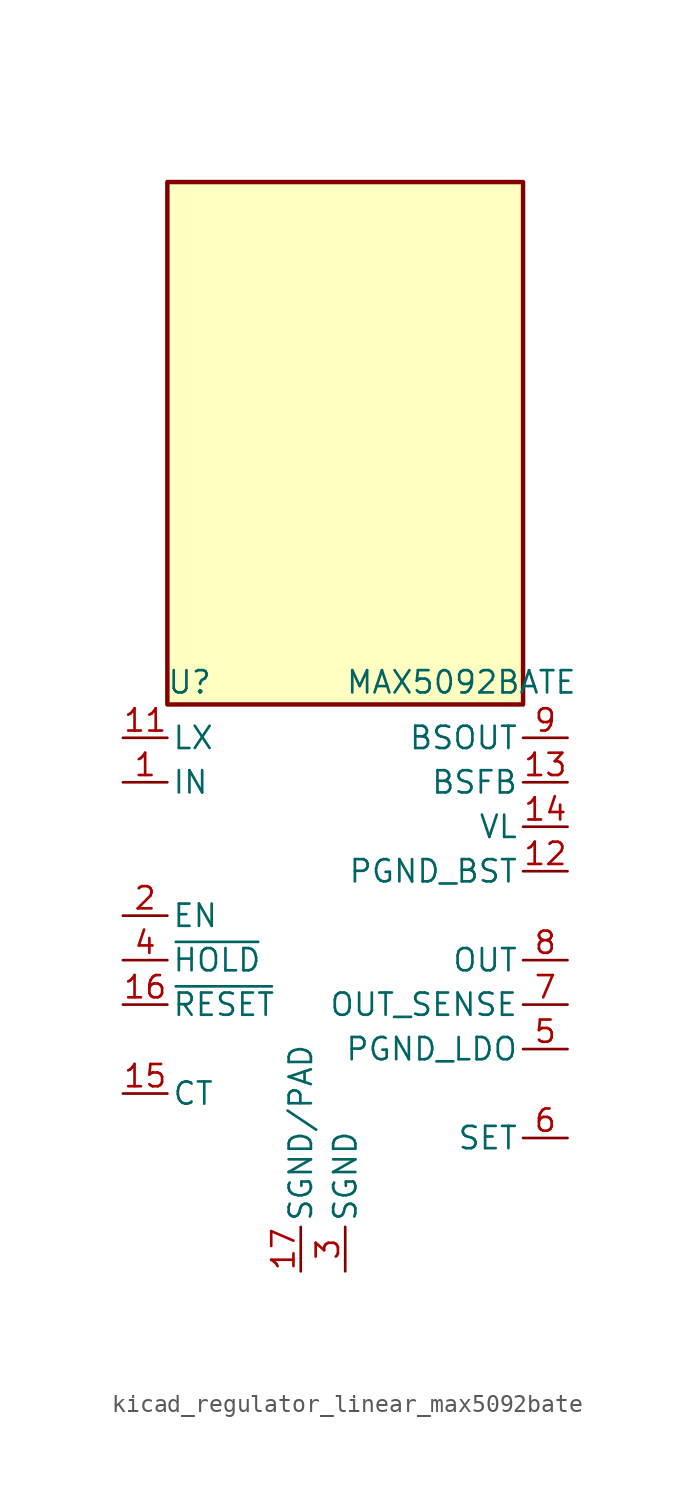
<source format=kicad_sym>
(kicad_symbol_lib
  (version 20220914)
  (generator kicad_symbol_editor)
  (symbol "kicad_regulator_linear_max5092bate"
    (pin_names
      (offset 0.254))
    (property "Reference" "U"
      (at -8.89 15.875 0)
      (effects (font (size 1.27 1.27))))
    (property "Value" "MAX5092BATE"
      (at 0 15.875 0)
      (effects (font (size 1.27 1.27)) (justify left)))
    (symbol "kicad_regulator_linear_max5092bate_0_1"
      (rectangle (start 10.16 44.45) (end -10.16 14.605) (stroke (width 0.254) (type default)) (fill (type background))))
    (symbol "kicad_regulator_linear_max5092bate_1_1"
      (pin power_in line (at -12.7 10.16 0) (length 2.54) (name "IN" (effects (font (size 1.27 1.27)))) (number "1" (effects (font (size 1.27 1.27)))))
      (pin passive line (at -12.7 12.7 0) (length 2.54) hide (name "LX" (effects (font (size 1.27 1.27)))) (number "10" (effects (font (size 1.27 1.27)))))
      (pin passive line (at -12.7 12.7 0) (length 2.54) (name "LX" (effects (font (size 1.27 1.27)))) (number "11" (effects (font (size 1.27 1.27)))))
      (pin power_in line (at 12.7 5.08 180) (length 2.54) (name "PGND_BST" (effects (font (size 1.27 1.27)))) (number "12" (effects (font (size 1.27 1.27)))))
      (pin input line (at 12.7 10.16 180) (length 2.54) (name "BSFB" (effects (font (size 1.27 1.27)))) (number "13" (effects (font (size 1.27 1.27)))))
      (pin passive line (at 12.7 7.62 180) (length 2.54) (name "VL" (effects (font (size 1.27 1.27)))) (number "14" (effects (font (size 1.27 1.27)))))
      (pin passive line (at -12.7 -7.62 0) (length 2.54) (name "CT" (effects (font (size 1.27 1.27)))) (number "15" (effects (font (size 1.27 1.27)))))
      (pin open_collector line (at -12.7 -2.54 0) (length 2.54) (name "~{RESET}" (effects (font (size 1.27 1.27)))) (number "16" (effects (font (size 1.27 1.27)))))
      (pin power_in line (at -2.54 -17.78 90) (length 2.54) (name "SGND/PAD" (effects (font (size 1.27 1.27)))) (number "17" (effects (font (size 1.27 1.27)))))
      (pin input line (at -12.7 2.54 0) (length 2.54) (name "EN" (effects (font (size 1.27 1.27)))) (number "2" (effects (font (size 1.27 1.27)))))
      (pin power_in line (at 0 -17.78 90) (length 2.54) (name "SGND" (effects (font (size 1.27 1.27)))) (number "3" (effects (font (size 1.27 1.27)))))
      (pin input line (at -12.7 0 0) (length 2.54) (name "~{HOLD}" (effects (font (size 1.27 1.27)))) (number "4" (effects (font (size 1.27 1.27)))))
      (pin power_in line (at 12.7 -5.08 180) (length 2.54) (name "PGND_LDO" (effects (font (size 1.27 1.27)))) (number "5" (effects (font (size 1.27 1.27)))))
      (pin input line (at 12.7 -10.16 180) (length 2.54) (name "SET" (effects (font (size 1.27 1.27)))) (number "6" (effects (font (size 1.27 1.27)))))
      (pin input line (at 12.7 -2.54 180) (length 2.54) (name "OUT_SENSE" (effects (font (size 1.27 1.27)))) (number "7" (effects (font (size 1.27 1.27)))))
      (pin power_out line (at 12.7 0 180) (length 2.54) (name "OUT" (effects (font (size 1.27 1.27)))) (number "8" (effects (font (size 1.27 1.27)))))
      (pin power_out line (at 12.7 12.7 180) (length 2.54) (name "BSOUT" (effects (font (size 1.27 1.27)))) (number "9" (effects (font (size 1.27 1.27))))))))
</source>
